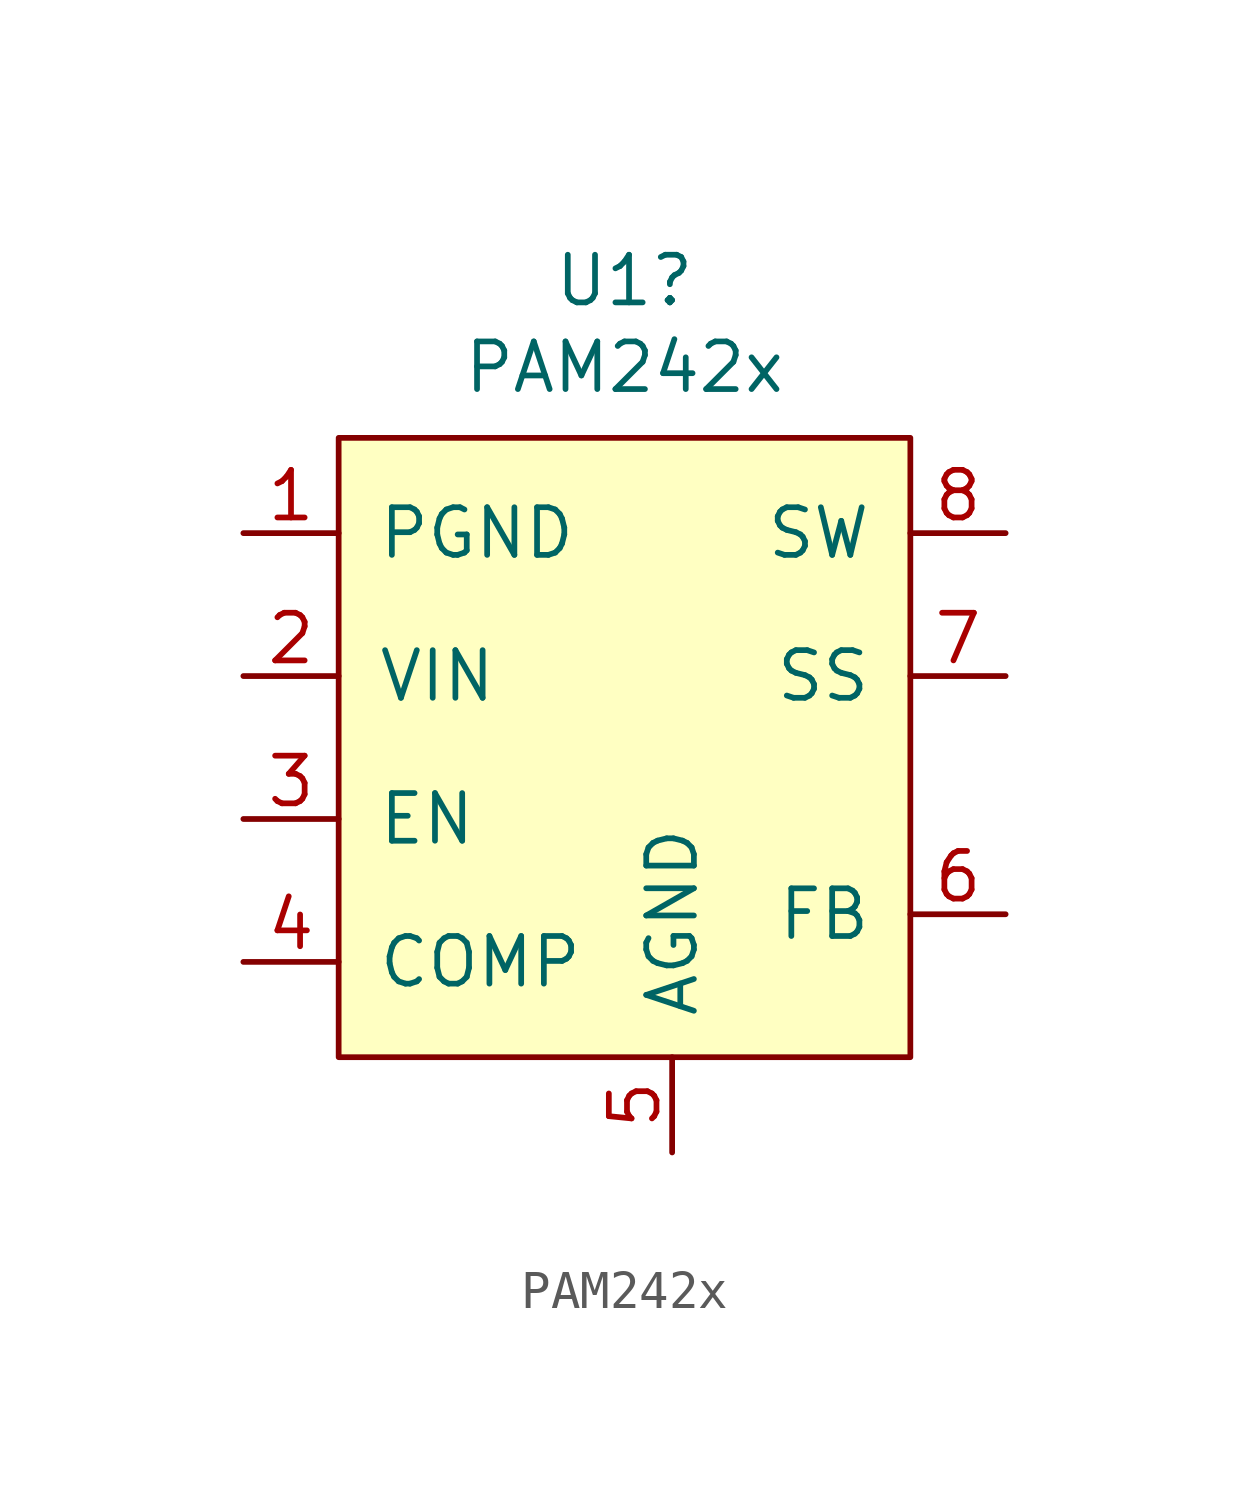
<source format=kicad_sym>
(kicad_symbol_lib
  (version 20231120)
  (generator "kicad_symbol_editor")
  (generator_version "8.0")
  (symbol "PAM242x"
    (pin_names
      (offset 1.016))
    (property "Reference" "U1"
      (at 0 11.811 0)
      (effects (font (size 1.27 1.27))))
    (property "Value" "PAM242x"
      (at 0 9.5 0)
      (effects (font (size 1.27 1.27))))
    (symbol "PAM242x_0_1"
      (rectangle (start -7.62 7.62) (end 7.62 -8.89) (stroke (width 0) (type default)) (fill (type background))))
    (symbol "PAM242x_1_1"
      (pin power_in line (at -10.16 5.08 0) (length 2.54) (name "PGND" (effects (font (size 1.27 1.27)))) (number "1" (effects (font (size 1.27 1.27)))))
      (pin power_in line (at -10.16 1.27 0) (length 2.54) (name "VIN" (effects (font (size 1.27 1.27)))) (number "2" (effects (font (size 1.27 1.27)))))
      (pin input line (at -10.16 -2.54 0) (length 2.54) (name "EN" (effects (font (size 1.27 1.27)))) (number "3" (effects (font (size 1.27 1.27)))))
      (pin input line (at -10.16 -6.35 0) (length 2.54) (name "COMP" (effects (font (size 1.27 1.27)))) (number "4" (effects (font (size 1.27 1.27)))))
      (pin power_in line (at 1.27 -11.43 90) (length 2.54) (name "AGND" (effects (font (size 1.27 1.27)))) (number "5" (effects (font (size 1.27 1.27)))))
      (pin input line (at 10.16 -5.08 180) (length 2.54) (name "FB" (effects (font (size 1.27 1.27)))) (number "6" (effects (font (size 1.27 1.27)))))
      (pin input line (at 10.16 1.27 180) (length 2.54) (name "SS" (effects (font (size 1.27 1.27)))) (number "7" (effects (font (size 1.27 1.27)))))
      (pin power_out line (at 10.16 5.08 180) (length 2.54) (name "SW" (effects (font (size 1.27 1.27)))) (number "8" (effects (font (size 1.27 1.27))))))))
</source>
